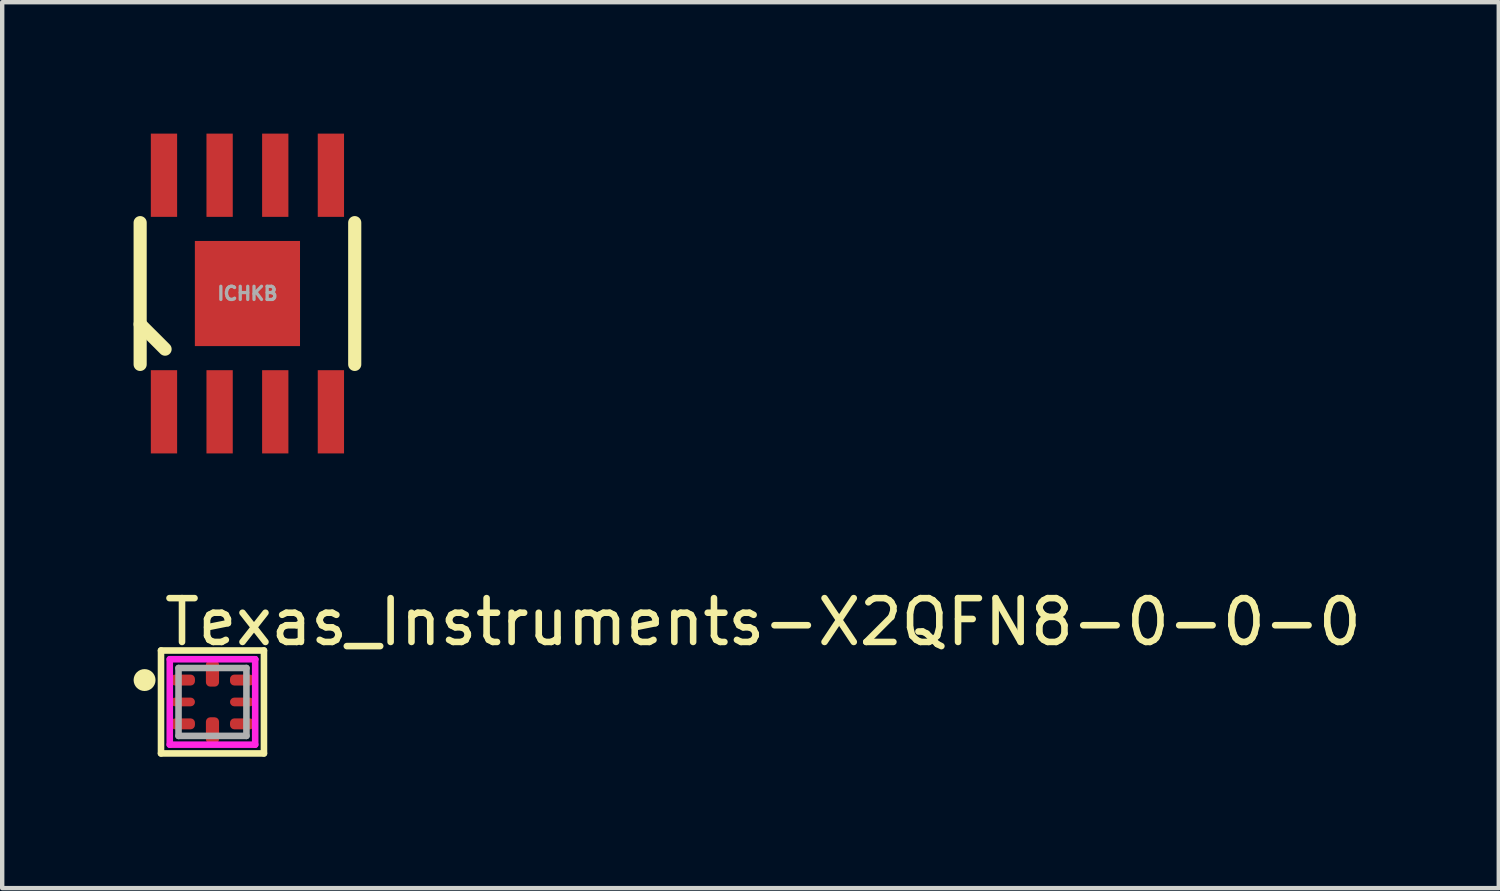
<source format=kicad_pcb>
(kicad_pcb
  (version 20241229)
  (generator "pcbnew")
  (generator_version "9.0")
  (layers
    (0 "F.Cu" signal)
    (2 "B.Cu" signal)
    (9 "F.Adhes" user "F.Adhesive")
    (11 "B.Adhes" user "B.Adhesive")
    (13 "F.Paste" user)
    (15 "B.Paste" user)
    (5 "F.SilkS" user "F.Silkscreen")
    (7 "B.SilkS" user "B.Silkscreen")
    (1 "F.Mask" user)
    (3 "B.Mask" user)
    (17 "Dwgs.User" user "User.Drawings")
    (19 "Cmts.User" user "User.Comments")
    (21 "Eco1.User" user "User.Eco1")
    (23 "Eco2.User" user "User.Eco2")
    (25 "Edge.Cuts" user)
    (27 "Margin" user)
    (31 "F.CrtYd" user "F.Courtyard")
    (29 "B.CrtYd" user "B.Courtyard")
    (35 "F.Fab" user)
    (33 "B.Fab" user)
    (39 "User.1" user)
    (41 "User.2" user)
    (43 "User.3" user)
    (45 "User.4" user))
  (footprint "Texas_Instruments-X2QFN8-0-0-0"
    (layer "F.Cu")
    (at 1.8 12.973)
    (property "Reference" "Texas_Instruments-X2QFN8-0-0-0" (at -1.175 -1.825 0) (layer "F.SilkS") (effects (font (size 1 1) (thickness 0.15)) (justify left)))
    (attr through_hole)
    (fp_line (start -1.175 -1.175) (end 1.175 -1.175) (stroke (width 0.15) (type solid)) (layer "F.SilkS"))
    (fp_line (start -1.175 1.175) (end -1.175 -1.175) (stroke (width 0.15) (type solid)) (layer "F.SilkS"))
    (fp_line (start 1.175 -1.175) (end 1.175 1.175) (stroke (width 0.15) (type solid)) (layer "F.SilkS"))
    (fp_line (start 1.175 1.175) (end -1.175 1.175) (stroke (width 0.15) (type solid)) (layer "F.SilkS"))
    (fp_circle (center -1.55 -0.5) (end -1.425 -0.5) (stroke (width 0.25) (type solid)) (fill no) (layer "F.SilkS"))
    (fp_line (start -0.975 -0.975) (end -0.975 0.975) (stroke (width 0.15) (type solid)) (layer "F.CrtYd"))
    (fp_line (start -0.975 0.975) (end 0.975 0.975) (stroke (width 0.15) (type solid)) (layer "F.CrtYd"))
    (fp_line (start 0.975 -0.975) (end -0.975 -0.975) (stroke (width 0.15) (type solid)) (layer "F.CrtYd"))
    (fp_line (start 0.975 -0.975) (end 0.975 -0.975) (stroke (width 0.15) (type solid)) (layer "F.CrtYd"))
    (fp_line (start 0.975 0.975) (end 0.975 -0.975) (stroke (width 0.15) (type solid)) (layer "F.CrtYd"))
    (fp_line (start -0.775 -0.775) (end 0.775 -0.775) (stroke (width 0.15) (type solid)) (layer "F.Fab"))
    (fp_line (start -0.775 0.775) (end -0.775 -0.775) (stroke (width 0.15) (type solid)) (layer "F.Fab"))
    (fp_line (start 0.775 -0.775) (end 0.775 0.775) (stroke (width 0.15) (type solid)) (layer "F.Fab"))
    (fp_line (start 0.775 0.775) (end -0.775 0.775) (stroke (width 0.15) (type solid)) (layer "F.Fab"))
    (pad "1" smd roundrect (at -0.675 -0.5) (size 0.55 0.25) (layers "F.Cu" "F.Mask" "F.Paste") (roundrect_rratio 0.4))
    (pad "2" smd roundrect (at -0.675 0) (size 0.55 0.2) (layers "F.Cu" "F.Mask" "F.Paste") (roundrect_rratio 0.5))
    (pad "3" smd roundrect (at -0.675 0.5) (size 0.55 0.25) (layers "F.Cu" "F.Mask" "F.Paste") (roundrect_rratio 0.4))
    (pad "4" smd roundrect (at 0 0.65) (size 0.3 0.6) (layers "F.Cu" "F.Mask" "F.Paste") (roundrect_rratio 0.333))
    (pad "5" smd roundrect (at 0.675 0.5) (size 0.55 0.25) (layers "F.Cu" "F.Mask" "F.Paste") (roundrect_rratio 0.4))
    (pad "6" smd roundrect (at 0.675 0) (size 0.55 0.2) (layers "F.Cu" "F.Mask" "F.Paste") (roundrect_rratio 0.5))
    (pad "7" smd roundrect (at 0.675 -0.5) (size 0.55 0.25) (layers "F.Cu" "F.Mask" "F.Paste") (roundrect_rratio 0.4))
    (pad "8" smd roundrect (at 0 -0.65) (size 0.3 0.6) (layers "F.Cu" "F.Mask" "F.Paste") (roundrect_rratio 0.333)))
  (footprint "ICHKB"
    (layer "F.Cu")
    (at 2.598 3.65)
    (property "Reference" "ICHKB" (at 0 0 0) (layer "F.Fab") (effects (font (size 0.3 0.3) (thickness 0.075))))
    (attr smd)
    (fp_line (start -2.449 -1.618) (end -2.449 1.618) (stroke (width 0.3) (type solid)) (layer "F.SilkS"))
    (fp_line (start -2.449 0.701) (end -1.88 1.27) (stroke (width 0.3) (type solid)) (layer "F.SilkS"))
    (fp_line (start 2.449 -1.618) (end 2.449 1.618) (stroke (width 0.3) (type solid)) (layer "F.SilkS"))
    (pad "1" smd rect (at -1.905 2.7 180) (size 0.6 1.9) (layers "F.Cu" "F.Mask" "F.Paste"))
    (pad "2" smd rect (at -0.635 2.7 180) (size 0.6 1.9) (layers "F.Cu" "F.Mask" "F.Paste"))
    (pad "3" smd rect (at 0.635 2.7 180) (size 0.6 1.9) (layers "F.Cu" "F.Mask" "F.Paste"))
    (pad "4" smd rect (at 1.905 2.7 180) (size 0.6 1.9) (layers "F.Cu" "F.Mask" "F.Paste"))
    (pad "5" smd rect (at 1.905 -2.7) (size 0.6 1.9) (layers "F.Cu" "F.Mask" "F.Paste"))
    (pad "6" smd rect (at 0.635 -2.7) (size 0.6 1.9) (layers "F.Cu" "F.Mask" "F.Paste"))
    (pad "7" smd rect (at -0.635 -2.7) (size 0.6 1.9) (layers "F.Cu" "F.Mask" "F.Paste"))
    (pad "8" smd rect (at -1.905 -2.7) (size 0.6 1.9) (layers "F.Cu" "F.Mask" "F.Paste"))
    (pad "9" smd rect (at 0 0) (size 2.4 2.4) (layers "F.Cu" "F.Mask" "F.Paste")))
  (gr_rect
    (start -3 -3)
    (end 31.161 17.223)
    (stroke (width 0.1) (type default))
    (fill no)
    (layer "Edge.Cuts")))
</source>
